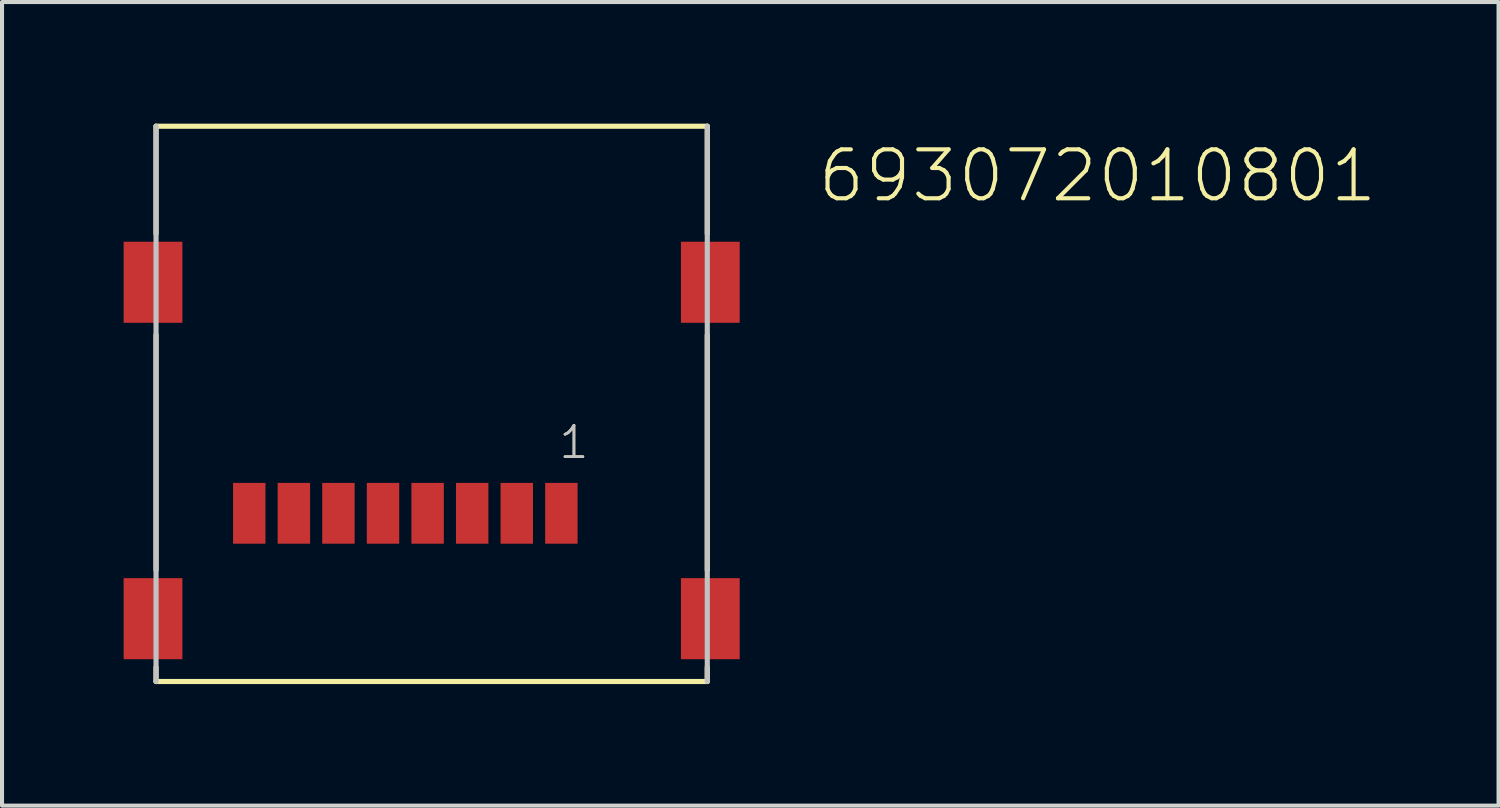
<source format=kicad_pcb>
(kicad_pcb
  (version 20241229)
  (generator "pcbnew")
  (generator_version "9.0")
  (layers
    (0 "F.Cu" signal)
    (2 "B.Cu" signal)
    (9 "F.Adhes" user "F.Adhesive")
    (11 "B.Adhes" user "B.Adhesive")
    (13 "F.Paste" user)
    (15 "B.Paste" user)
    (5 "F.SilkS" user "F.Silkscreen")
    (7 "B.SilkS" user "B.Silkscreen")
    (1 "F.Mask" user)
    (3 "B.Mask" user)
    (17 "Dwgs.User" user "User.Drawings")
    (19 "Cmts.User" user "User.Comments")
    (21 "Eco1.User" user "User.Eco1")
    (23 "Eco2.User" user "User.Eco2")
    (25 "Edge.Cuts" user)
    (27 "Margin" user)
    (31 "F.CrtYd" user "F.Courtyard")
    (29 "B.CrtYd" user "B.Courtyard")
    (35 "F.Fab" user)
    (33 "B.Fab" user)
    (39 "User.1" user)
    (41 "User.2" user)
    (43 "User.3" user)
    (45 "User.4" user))
  (footprint "693072010801"
    (layer "F.Cu")
    (at 3.1 9.614)
    (property "Reference" "693072010801" (at 13.97 -7.62 0) (layer "F.SilkS") (effects (font (size 1.206 1.206) (thickness 0.102)) (justify left bottom)))
    (attr through_hole)
    (fp_line (start -2.3 -9.55) (end 11.3 -9.55) (stroke (width 0.127) (type solid)) (layer "F.SilkS"))
    (fp_line (start -2.3 -6.9) (end -2.3 -9.55) (stroke (width 0.127) (type solid)) (layer "F.SilkS"))
    (fp_line (start -2.3 -4.4) (end -2.3 1.4) (stroke (width 0.127) (type solid)) (layer "F.SilkS"))
    (fp_line (start -2.3 3.8) (end -2.3 4.15) (stroke (width 0.127) (type solid)) (layer "F.SilkS"))
    (fp_line (start 11.3 -6.9) (end 11.3 -9.55) (stroke (width 0.127) (type solid)) (layer "F.SilkS"))
    (fp_line (start 11.3 -4.4) (end 11.3 1.4) (stroke (width 0.127) (type solid)) (layer "F.SilkS"))
    (fp_line (start 11.3 3.8) (end 11.3 4.15) (stroke (width 0.127) (type solid)) (layer "F.SilkS"))
    (fp_line (start 11.3 4.15) (end -2.3 4.15) (stroke (width 0.127) (type solid)) (layer "F.SilkS"))
    (fp_line (start -2.3 4.15) (end -2.3 -9.55) (stroke (width 0.127) (type solid)) (layer "Dwgs.User"))
    (fp_line (start 11.3 -9.55) (end 11.3 4.15) (stroke (width 0.127) (type solid)) (layer "Dwgs.User"))
    (fp_text user "1" (at 7.6 -1.3 0) (layer "F.SilkS") (effects (font (size 0.772 0.772) (thickness 0.065)) (justify left bottom)))
    (fp_text user "1" (at 7.6 -1.3 0) (layer "Dwgs.User") (effects (font (size 0.772 0.772) (thickness 0.065)) (justify left bottom)))
    (pad "1" smd rect (at 7.7 0) (size 0.8 1.5) (layers "F.Cu" "F.Mask" "F.Paste"))
    (pad "2" smd rect (at 6.6 0) (size 0.8 1.5) (layers "F.Cu" "F.Mask" "F.Paste"))
    (pad "3" smd rect (at 5.5 0) (size 0.8 1.5) (layers "F.Cu" "F.Mask" "F.Paste"))
    (pad "4" smd rect (at 4.4 0) (size 0.8 1.5) (layers "F.Cu" "F.Mask" "F.Paste"))
    (pad "5" smd rect (at 3.3 0) (size 0.8 1.5) (layers "F.Cu" "F.Mask" "F.Paste"))
    (pad "6" smd rect (at 2.2 0) (size 0.8 1.5) (layers "F.Cu" "F.Mask" "F.Paste"))
    (pad "7" smd rect (at 1.1 0) (size 0.8 1.5) (layers "F.Cu" "F.Mask" "F.Paste"))
    (pad "8" smd rect (at 0 0) (size 0.8 1.5) (layers "F.Cu" "F.Mask" "F.Paste"))
    (pad "Z1" smd rect (at -2.375 -5.7) (size 1.45 2) (layers "F.Cu" "F.Mask" "F.Paste"))
    (pad "Z2" smd rect (at 11.375 -5.7) (size 1.45 2) (layers "F.Cu" "F.Mask" "F.Paste"))
    (pad "Z3" smd rect (at -2.375 2.6) (size 1.45 2) (layers "F.Cu" "F.Mask" "F.Paste"))
    (pad "Z4" smd rect (at 11.375 2.6) (size 1.45 2) (layers "F.Cu" "F.Mask" "F.Paste")))
  (gr_rect
    (start -3 -3)
    (end 33.922 16.827)
    (stroke (width 0.1) (type default))
    (fill no)
    (layer "Edge.Cuts")))
</source>
